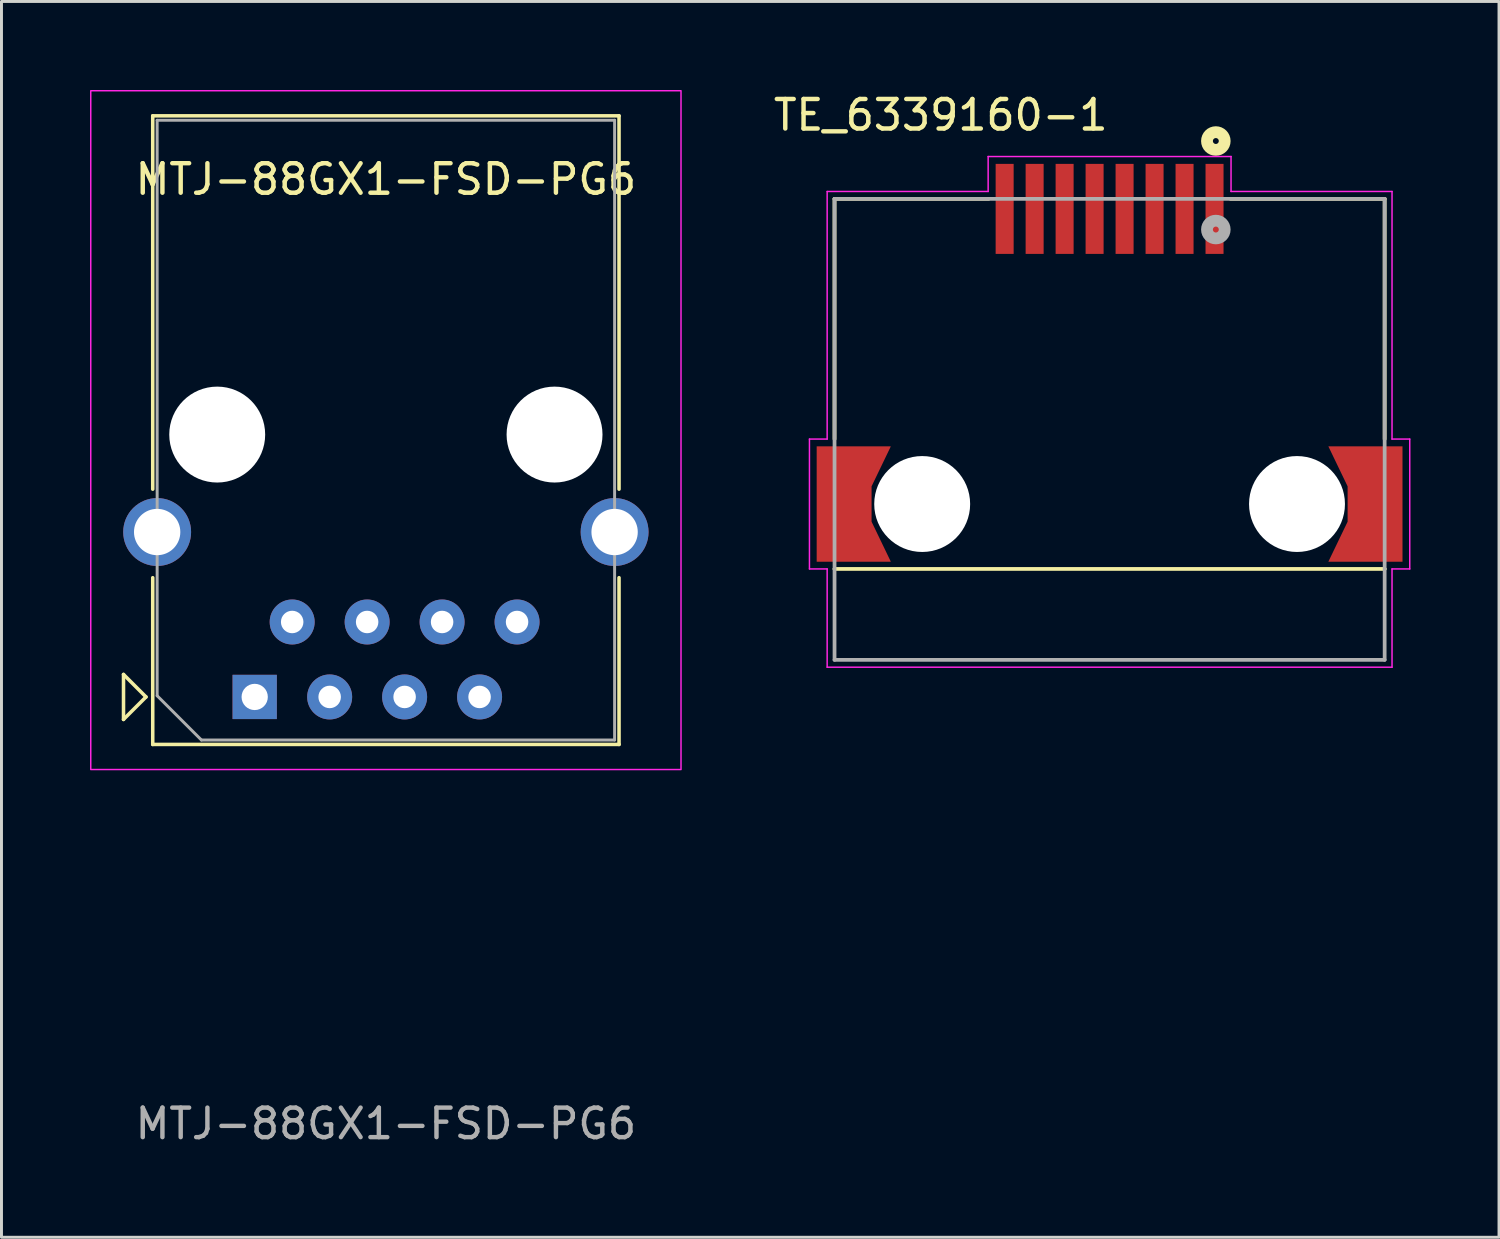
<source format=kicad_pcb>
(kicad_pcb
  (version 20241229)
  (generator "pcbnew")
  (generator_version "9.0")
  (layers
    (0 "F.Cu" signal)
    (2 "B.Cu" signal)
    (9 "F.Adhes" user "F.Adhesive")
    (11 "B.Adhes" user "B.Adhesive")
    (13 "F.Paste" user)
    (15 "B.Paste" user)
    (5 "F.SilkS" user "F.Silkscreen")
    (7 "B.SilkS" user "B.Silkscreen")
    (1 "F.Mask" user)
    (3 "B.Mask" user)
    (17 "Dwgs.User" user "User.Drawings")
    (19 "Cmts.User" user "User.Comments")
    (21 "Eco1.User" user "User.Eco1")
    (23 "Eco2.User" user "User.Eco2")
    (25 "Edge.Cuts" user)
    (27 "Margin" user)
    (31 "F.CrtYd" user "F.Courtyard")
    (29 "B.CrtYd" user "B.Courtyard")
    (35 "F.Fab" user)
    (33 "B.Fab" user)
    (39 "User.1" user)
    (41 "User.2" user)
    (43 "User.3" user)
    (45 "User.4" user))
  (footprint "TE_6339160-1"
    (layer "F.Cu")
    (at 34.547 4.028)
    (property "Reference" "TE_6339160-1" (at -5.722 -3.179 0) (layer "F.SilkS") (effects (font (size 1.001 1.001) (thickness 0.15))))
    (attr through_hole)
    (fp_line (start -9.32 -0.34) (end -4.1 -0.34) (stroke (width 0.127) (type solid)) (layer "F.SilkS"))
    (fp_line (start -9.32 7.8) (end -9.32 -0.34) (stroke (width 0.127) (type solid)) (layer "F.SilkS"))
    (fp_line (start -9.32 12.2) (end -9.32 12.2) (stroke (width 0.127) (type solid)) (layer "F.SilkS"))
    (fp_line (start 4.1 -0.34) (end 9.32 -0.34) (stroke (width 0.127) (type solid)) (layer "F.SilkS"))
    (fp_line (start 9.32 -0.34) (end 9.32 7.8) (stroke (width 0.127) (type solid)) (layer "F.SilkS"))
    (fp_line (start 9.32 12.2) (end -9.32 12.2) (stroke (width 0.127) (type solid)) (layer "F.SilkS"))
    (fp_line (start 9.32 12.2) (end 9.32 12.2) (stroke (width 0.127) (type solid)) (layer "F.SilkS"))
    (fp_circle (center 3.6 -2.3) (end 3.7 -2.3) (stroke (width 0.4) (type solid)) (fill no) (layer "F.SilkS"))
    (fp_line (start -10.17 7.8) (end -9.57 7.8) (stroke (width 0.05) (type solid)) (layer "F.CrtYd"))
    (fp_line (start -10.17 12.2) (end -10.17 7.8) (stroke (width 0.05) (type solid)) (layer "F.CrtYd"))
    (fp_line (start -9.57 -0.59) (end -4.115 -0.59) (stroke (width 0.05) (type solid)) (layer "F.CrtYd"))
    (fp_line (start -9.57 7.8) (end -9.57 -0.59) (stroke (width 0.05) (type solid)) (layer "F.CrtYd"))
    (fp_line (start -9.57 12.2) (end -10.17 12.2) (stroke (width 0.05) (type solid)) (layer "F.CrtYd"))
    (fp_line (start -9.57 15.53) (end -9.57 12.2) (stroke (width 0.05) (type solid)) (layer "F.CrtYd"))
    (fp_line (start -4.115 -1.775) (end 4.115 -1.775) (stroke (width 0.05) (type solid)) (layer "F.CrtYd"))
    (fp_line (start -4.115 -0.59) (end -4.115 -1.775) (stroke (width 0.05) (type solid)) (layer "F.CrtYd"))
    (fp_line (start 4.115 -1.775) (end 4.115 -0.59) (stroke (width 0.05) (type solid)) (layer "F.CrtYd"))
    (fp_line (start 4.115 -0.59) (end 9.57 -0.59) (stroke (width 0.05) (type solid)) (layer "F.CrtYd"))
    (fp_line (start 9.57 -0.59) (end 9.57 7.8) (stroke (width 0.05) (type solid)) (layer "F.CrtYd"))
    (fp_line (start 9.57 7.8) (end 10.17 7.8) (stroke (width 0.05) (type solid)) (layer "F.CrtYd"))
    (fp_line (start 9.57 12.2) (end 9.57 15.53) (stroke (width 0.05) (type solid)) (layer "F.CrtYd"))
    (fp_line (start 9.57 15.53) (end -9.57 15.53) (stroke (width 0.05) (type solid)) (layer "F.CrtYd"))
    (fp_line (start 10.17 7.8) (end 10.17 12.2) (stroke (width 0.05) (type solid)) (layer "F.CrtYd"))
    (fp_line (start 10.17 12.2) (end 9.57 12.2) (stroke (width 0.05) (type solid)) (layer "F.CrtYd"))
    (fp_line (start -9.32 -0.34) (end 9.32 -0.34) (stroke (width 0.127) (type solid)) (layer "F.Fab"))
    (fp_line (start -9.32 15.28) (end -9.32 -0.34) (stroke (width 0.127) (type solid)) (layer "F.Fab"))
    (fp_line (start 9.32 -0.34) (end 9.32 15.28) (stroke (width 0.127) (type solid)) (layer "F.Fab"))
    (fp_line (start 9.32 15.28) (end -9.32 15.28) (stroke (width 0.127) (type solid)) (layer "F.Fab"))
    (fp_circle (center 3.6 0.7) (end 3.7 0.7) (stroke (width 0.4) (type solid)) (fill no) (layer "F.Fab"))
    (pad "" np_thru_hole circle (at -6.35 10) (size 3.25 3.25) (drill 3.25) (layers "*.Cu" "*.Mask"))
    (pad "" np_thru_hole circle (at 6.35 10) (size 3.25 3.25) (drill 3.25) (layers "*.Cu" "*.Mask"))
    (pad "1" smd rect (at 3.556 0 90) (size 3.05 0.61) (layers "F.Cu" "F.Mask" "F.Paste"))
    (pad "2" smd rect (at 2.54 0 90) (size 3.05 0.61) (layers "F.Cu" "F.Mask" "F.Paste"))
    (pad "3" smd rect (at 1.524 0 90) (size 3.05 0.61) (layers "F.Cu" "F.Mask" "F.Paste"))
    (pad "4" smd rect (at 0.508 0 90) (size 3.05 0.61) (layers "F.Cu" "F.Mask" "F.Paste"))
    (pad "5" smd rect (at -0.508 0 90) (size 3.05 0.61) (layers "F.Cu" "F.Mask" "F.Paste"))
    (pad "6" smd rect (at -1.524 0 90) (size 3.05 0.61) (layers "F.Cu" "F.Mask" "F.Paste"))
    (pad "7" smd rect (at -2.54 0 90) (size 3.05 0.61) (layers "F.Cu" "F.Mask" "F.Paste"))
    (pad "8" smd rect (at -3.556 0 90) (size 3.05 0.61) (layers "F.Cu" "F.Mask" "F.Paste"))
    (pad "SH" smd custom (at -8.67 10 180) (size 0.001 0.001) (layers "F.Cu" "F.Mask" "F.Paste") (options (anchor rect)) (primitives (gr_poly (pts (xy 1.25 1.95) (xy -1.25 1.95) (xy -0.6 0.6) (xy -0.6 -0.6) (xy -1.25 -1.95) (xy 1.25 -1.95)) (width 0.01) (fill yes))))
    (pad "SH" smd custom (at 8.67 10) (size 0.001 0.001) (layers "F.Cu" "F.Mask" "F.Paste") (options (anchor rect)) (primitives (gr_poly (pts (xy 1.25 1.95) (xy -1.25 1.95) (xy -0.6 0.6) (xy -0.6 -0.6) (xy -1.25 -1.95) (xy 1.25 -1.95)) (width 0.01) (fill yes)))))
  (footprint "MTJ-88GX1-FSD-PG6"
    (layer "F.Cu")
    (at 10.025 18.025)
    (property "Reference" "MTJ-88GX1-FSD-PG6" (at 0 -15 0) (unlocked yes) (layer "F.SilkS") (effects (font (size 1 1) (thickness 0.15))))
    (attr through_hole)
    (fp_line (start -8.89 1.778) (end -8.89 3.302) (stroke (width 0.12) (type solid)) (layer "F.SilkS"))
    (fp_line (start -8.89 3.302) (end -8.128 2.54) (stroke (width 0.12) (type solid)) (layer "F.SilkS"))
    (fp_line (start -8.128 2.54) (end -8.89 1.778) (stroke (width 0.12) (type solid)) (layer "F.SilkS"))
    (fp_line (start -7.9 -17.15) (end -7.9 -4.5) (stroke (width 0.12) (type solid)) (layer "F.SilkS"))
    (fp_line (start -7.9 -17.15) (end 7.9 -17.15) (stroke (width 0.12) (type solid)) (layer "F.SilkS"))
    (fp_line (start -7.9 -1.5) (end -7.9 4.15) (stroke (width 0.12) (type solid)) (layer "F.SilkS"))
    (fp_line (start -7.9 4.15) (end 7.9 4.15) (stroke (width 0.12) (type solid)) (layer "F.SilkS"))
    (fp_line (start 7.9 -17.15) (end 7.9 -4.5) (stroke (width 0.12) (type solid)) (layer "F.SilkS"))
    (fp_line (start 7.9 -1.5) (end 7.9 4.15) (stroke (width 0.12) (type solid)) (layer "F.SilkS"))
    (fp_rect (start -10 -18) (end 10 5) (stroke (width 0.05) (type solid)) (fill no) (layer "F.CrtYd"))
    (fp_line (start -7.75 -17) (end 7.75 -17) (stroke (width 0.1) (type solid)) (layer "F.Fab"))
    (fp_line (start -7.75 2.5) (end -7.75 -17) (stroke (width 0.1) (type solid)) (layer "F.Fab"))
    (fp_line (start -6.25 4) (end -7.75 2.5) (stroke (width 0.1) (type solid)) (layer "F.Fab"))
    (fp_line (start 7.75 -17) (end 7.75 4) (stroke (width 0.1) (type solid)) (layer "F.Fab"))
    (fp_line (start 7.75 4) (end -6.25 4) (stroke (width 0.1) (type solid)) (layer "F.Fab"))
    (fp_text user "${REFERENCE}" (at 0 17 0) (unlocked yes) (layer "F.Fab") (effects (font (size 1 1) (thickness 0.15))))
    (pad "" np_thru_hole circle (at -5.715 -6.35) (size 3.25 3.25) (drill 3.25) (layers "*.Cu" "*.Mask"))
    (pad "" np_thru_hole circle (at 5.715 -6.35) (size 3.25 3.25) (drill 3.25) (layers "*.Cu" "*.Mask"))
    (pad "1" thru_hole rect (at -4.445 2.54) (size 1.5 1.5) (drill 0.89) (layers "*.Cu" "*.Mask"))
    (pad "2" thru_hole circle (at -3.175 0) (size 1.524 1.524) (drill 0.762) (layers "*.Cu" "*.Mask"))
    (pad "3" thru_hole circle (at -1.905 2.54) (size 1.524 1.524) (drill 0.762) (layers "*.Cu" "*.Mask"))
    (pad "4" thru_hole circle (at -0.635 0) (size 1.524 1.524) (drill 0.762) (layers "*.Cu" "*.Mask"))
    (pad "5" thru_hole circle (at 0.635 2.54) (size 1.524 1.524) (drill 0.762) (layers "*.Cu" "*.Mask"))
    (pad "6" thru_hole circle (at 1.905 0) (size 1.524 1.524) (drill 0.762) (layers "*.Cu" "*.Mask"))
    (pad "7" thru_hole circle (at 3.175 2.54) (size 1.524 1.524) (drill 0.762) (layers "*.Cu" "*.Mask"))
    (pad "8" thru_hole circle (at 4.445 0) (size 1.524 1.524) (drill 0.762) (layers "*.Cu" "*.Mask"))
    (pad "SH" thru_hole circle (at -7.75 -3.048) (size 2.3 2.3) (drill 1.57) (layers "*.Cu" "*.Mask"))
    (pad "SH" thru_hole circle (at 7.75 -3.048) (size 2.3 2.3) (drill 1.57) (layers "*.Cu" "*.Mask")))
  (gr_rect
    (start -3 -3)
    (end 47.742 38.873)
    (stroke (width 0.1) (type default))
    (fill no)
    (layer "Edge.Cuts")))
</source>
